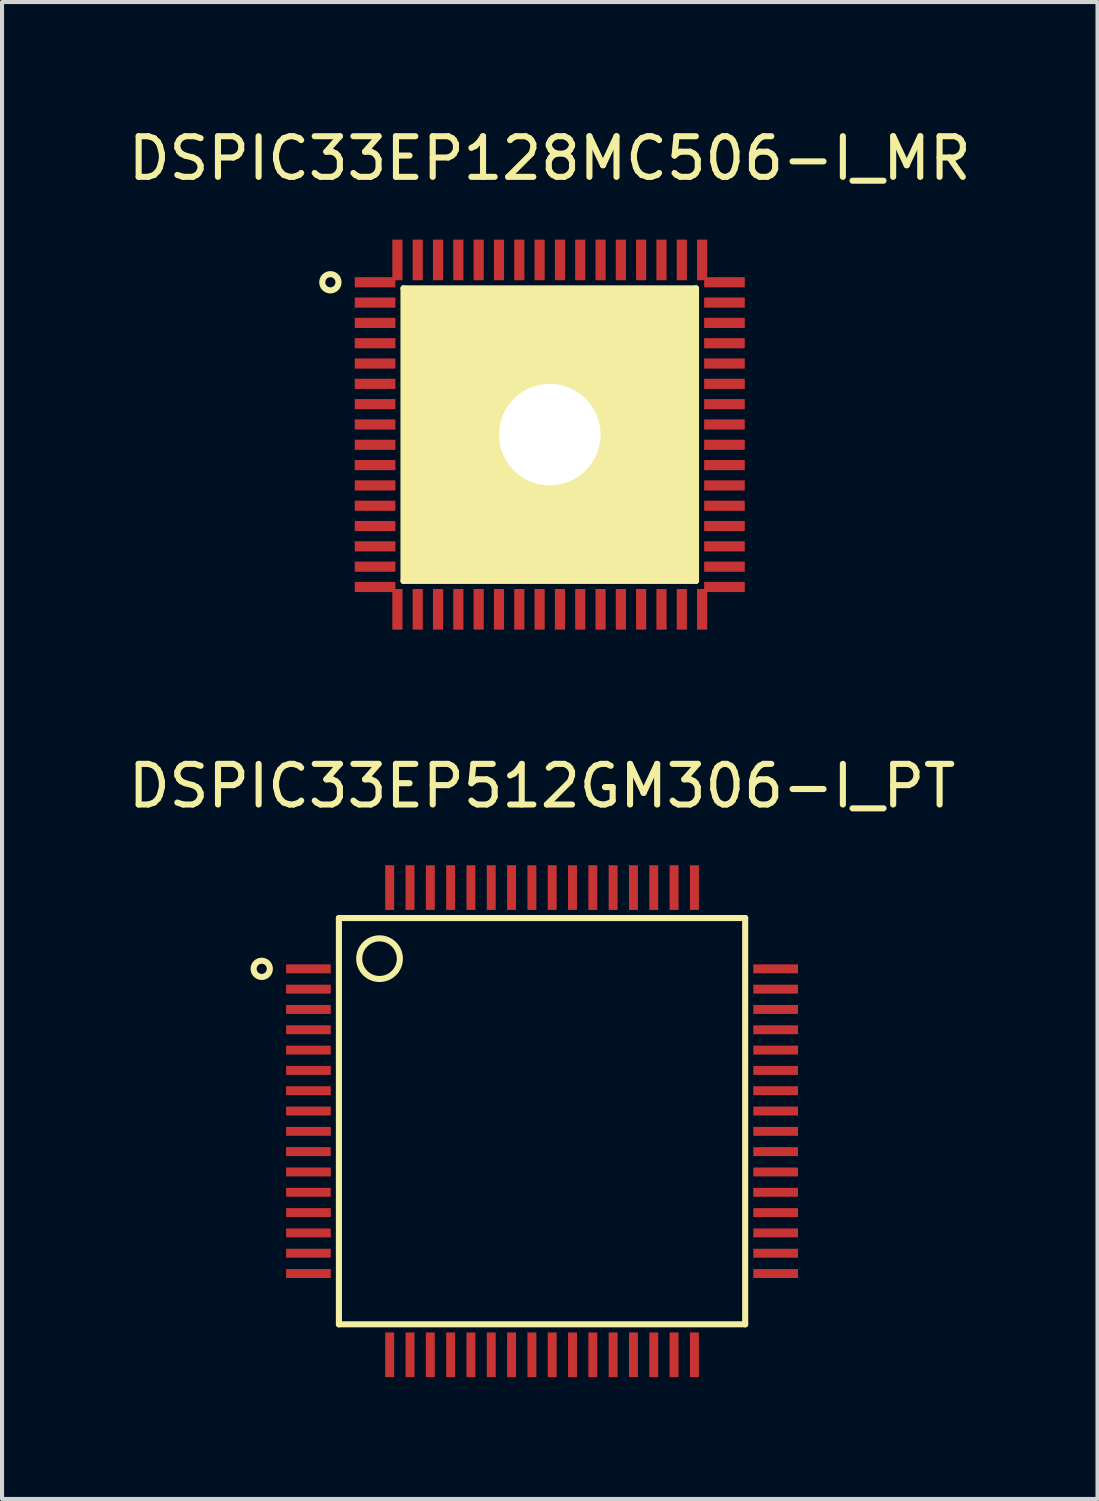
<source format=kicad_pcb>
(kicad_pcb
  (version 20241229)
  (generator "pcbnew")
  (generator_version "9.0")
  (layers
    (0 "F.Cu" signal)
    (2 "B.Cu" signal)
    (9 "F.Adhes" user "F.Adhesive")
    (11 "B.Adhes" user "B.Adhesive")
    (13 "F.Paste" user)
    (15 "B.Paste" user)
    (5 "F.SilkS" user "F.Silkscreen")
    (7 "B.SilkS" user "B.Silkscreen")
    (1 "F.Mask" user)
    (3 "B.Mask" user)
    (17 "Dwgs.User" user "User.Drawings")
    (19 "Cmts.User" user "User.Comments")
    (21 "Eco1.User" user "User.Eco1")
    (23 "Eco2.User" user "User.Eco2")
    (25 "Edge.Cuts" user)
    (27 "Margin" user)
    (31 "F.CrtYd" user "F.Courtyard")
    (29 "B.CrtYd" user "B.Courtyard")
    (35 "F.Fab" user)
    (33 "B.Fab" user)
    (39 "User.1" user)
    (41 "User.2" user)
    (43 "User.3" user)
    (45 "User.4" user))
  (footprint "DSPIC33EP128MC506-I_MR"
    (layer "F.Cu")
    (at 6.182 3.348)
    (property "Reference" "DSPIC33EP128MC506-I_MR" (at 4.3 -2.5 0) (layer "F.SilkS") (effects (font (size 1 1) (thickness 0.15))))
    (attr through_hole)
    (fp_line (start 0.7 0.7) (end 0.7 7.9) (stroke (width 0.15) (type solid)) (layer "F.SilkS"))
    (fp_line (start 0.7 0.7) (end 7.9 0.7) (stroke (width 0.15) (type solid)) (layer "F.SilkS"))
    (fp_line (start 0.7 7.9) (end 7.9 7.9) (stroke (width 0.15) (type solid)) (layer "F.SilkS"))
    (fp_line (start 7.9 7.9) (end 7.9 0.7) (stroke (width 0.15) (type solid)) (layer "F.SilkS"))
    (fp_circle (center -1.1 0.55) (end -1.1 0.35) (stroke (width 0.15) (type solid)) (fill no) (layer "F.SilkS"))
    (fp_circle (center 1.7 1.7) (end 1.7 1.2) (stroke (width 0.15) (type solid)) (fill no) (layer "F.SilkS"))
    (pad "1" smd rect (at 0 0.55) (size 1 0.25) (layers "F.Cu" "F.Mask" "F.Paste"))
    (pad "2" smd rect (at 0 1.05) (size 1 0.25) (layers "F.Cu" "F.Mask" "F.Paste"))
    (pad "3" smd rect (at 0 1.55) (size 1 0.25) (layers "F.Cu" "F.Mask" "F.Paste"))
    (pad "4" smd rect (at 0 2.05) (size 1 0.25) (layers "F.Cu" "F.Mask" "F.Paste"))
    (pad "5" smd rect (at 0 2.55) (size 1 0.25) (layers "F.Cu" "F.Mask" "F.Paste"))
    (pad "6" smd rect (at 0 3.05) (size 1 0.25) (layers "F.Cu" "F.Mask" "F.Paste"))
    (pad "7" smd rect (at 0 3.55) (size 1 0.25) (layers "F.Cu" "F.Mask" "F.Paste"))
    (pad "8" smd rect (at 0 4.05) (size 1 0.25) (layers "F.Cu" "F.Mask" "F.Paste"))
    (pad "9" smd rect (at 0 4.55) (size 1 0.25) (layers "F.Cu" "F.Mask" "F.Paste"))
    (pad "10" smd rect (at 0 5.05) (size 1 0.25) (layers "F.Cu" "F.Mask" "F.Paste"))
    (pad "11" smd rect (at 0 5.55) (size 1 0.25) (layers "F.Cu" "F.Mask" "F.Paste"))
    (pad "12" smd rect (at 0 6.05) (size 1 0.25) (layers "F.Cu" "F.Mask" "F.Paste"))
    (pad "13" smd rect (at 0 6.55) (size 1 0.25) (layers "F.Cu" "F.Mask" "F.Paste"))
    (pad "14" smd rect (at 0 7.05) (size 1 0.25) (layers "F.Cu" "F.Mask" "F.Paste"))
    (pad "15" smd rect (at 0 7.55) (size 1 0.25) (layers "F.Cu" "F.Mask" "F.Paste"))
    (pad "16" smd rect (at 0 8.05) (size 1 0.25) (layers "F.Cu" "F.Mask" "F.Paste"))
    (pad "17" smd rect (at 0.55 8.6) (size 0.25 1) (layers "F.Cu" "F.Mask" "F.Paste"))
    (pad "18" smd rect (at 1.05 8.6) (size 0.25 1) (layers "F.Cu" "F.Mask" "F.Paste"))
    (pad "19" smd rect (at 1.55 8.6) (size 0.25 1) (layers "F.Cu" "F.Mask" "F.Paste"))
    (pad "20" smd rect (at 2.05 8.6) (size 0.25 1) (layers "F.Cu" "F.Mask" "F.Paste"))
    (pad "21" smd rect (at 2.55 8.6) (size 0.25 1) (layers "F.Cu" "F.Mask" "F.Paste"))
    (pad "22" smd rect (at 3.05 8.6) (size 0.25 1) (layers "F.Cu" "F.Mask" "F.Paste"))
    (pad "23" smd rect (at 3.55 8.6) (size 0.25 1) (layers "F.Cu" "F.Mask" "F.Paste"))
    (pad "24" smd rect (at 4.05 8.6) (size 0.25 1) (layers "F.Cu" "F.Mask" "F.Paste"))
    (pad "25" smd rect (at 4.55 8.6) (size 0.25 1) (layers "F.Cu" "F.Mask" "F.Paste"))
    (pad "26" smd rect (at 5.05 8.6) (size 0.25 1) (layers "F.Cu" "F.Mask" "F.Paste"))
    (pad "27" smd rect (at 5.55 8.6) (size 0.25 1) (layers "F.Cu" "F.Mask" "F.Paste"))
    (pad "28" smd rect (at 6.05 8.6) (size 0.25 1) (layers "F.Cu" "F.Mask" "F.Paste"))
    (pad "29" smd rect (at 6.55 8.6) (size 0.25 1) (layers "F.Cu" "F.Mask" "F.Paste"))
    (pad "30" smd rect (at 7.05 8.6) (size 0.25 1) (layers "F.Cu" "F.Mask" "F.Paste"))
    (pad "31" smd rect (at 7.55 8.6) (size 0.25 1) (layers "F.Cu" "F.Mask" "F.Paste"))
    (pad "32" smd rect (at 8.05 8.6) (size 0.25 1) (layers "F.Cu" "F.Mask" "F.Paste"))
    (pad "33" smd rect (at 8.6 8.05) (size 1 0.25) (layers "F.Cu" "F.Mask" "F.Paste"))
    (pad "34" smd rect (at 8.6 7.55) (size 1 0.25) (layers "F.Cu" "F.Mask" "F.Paste"))
    (pad "35" smd rect (at 8.6 7.05) (size 1 0.25) (layers "F.Cu" "F.Mask" "F.Paste"))
    (pad "36" smd rect (at 8.6 6.55) (size 1 0.25) (layers "F.Cu" "F.Mask" "F.Paste"))
    (pad "37" smd rect (at 8.6 6.05) (size 1 0.25) (layers "F.Cu" "F.Mask" "F.Paste"))
    (pad "38" smd rect (at 8.6 5.55) (size 1 0.25) (layers "F.Cu" "F.Mask" "F.Paste"))
    (pad "39" smd rect (at 8.6 5.05) (size 1 0.25) (layers "F.Cu" "F.Mask" "F.Paste"))
    (pad "40" smd rect (at 8.6 4.55) (size 1 0.25) (layers "F.Cu" "F.Mask" "F.Paste"))
    (pad "41" smd rect (at 8.6 4.05) (size 1 0.25) (layers "F.Cu" "F.Mask" "F.Paste"))
    (pad "42" smd rect (at 8.6 3.55) (size 1 0.25) (layers "F.Cu" "F.Mask" "F.Paste"))
    (pad "43" smd rect (at 8.6 3.05) (size 1 0.25) (layers "F.Cu" "F.Mask" "F.Paste"))
    (pad "44" smd rect (at 8.6 2.55) (size 1 0.25) (layers "F.Cu" "F.Mask" "F.Paste"))
    (pad "45" smd rect (at 8.6 2.05) (size 1 0.25) (layers "F.Cu" "F.Mask" "F.Paste"))
    (pad "46" smd rect (at 8.6 1.55) (size 1 0.25) (layers "F.Cu" "F.Mask" "F.Paste"))
    (pad "47" smd rect (at 8.6 1.05) (size 1 0.25) (layers "F.Cu" "F.Mask" "F.Paste"))
    (pad "48" smd rect (at 8.6 0.55) (size 1 0.25) (layers "F.Cu" "F.Mask" "F.Paste"))
    (pad "49" smd rect (at 8.05 0) (size 0.25 1) (layers "F.Cu" "F.Mask" "F.Paste"))
    (pad "50" smd rect (at 7.55 0) (size 0.25 1) (layers "F.Cu" "F.Mask" "F.Paste"))
    (pad "51" smd rect (at 7.05 0) (size 0.25 1) (layers "F.Cu" "F.Mask" "F.Paste"))
    (pad "52" smd rect (at 6.55 0) (size 0.25 1) (layers "F.Cu" "F.Mask" "F.Paste"))
    (pad "53" smd rect (at 6.05 0) (size 0.25 1) (layers "F.Cu" "F.Mask" "F.Paste"))
    (pad "54" smd rect (at 5.55 0) (size 0.25 1) (layers "F.Cu" "F.Mask" "F.Paste"))
    (pad "55" smd rect (at 5.05 0) (size 0.25 1) (layers "F.Cu" "F.Mask" "F.Paste"))
    (pad "56" smd rect (at 4.55 0) (size 0.25 1) (layers "F.Cu" "F.Mask" "F.Paste"))
    (pad "57" smd rect (at 4.05 0) (size 0.25 1) (layers "F.Cu" "F.Mask" "F.Paste"))
    (pad "58" smd rect (at 3.55 0) (size 0.25 1) (layers "F.Cu" "F.Mask" "F.Paste"))
    (pad "59" smd rect (at 3.05 0) (size 0.25 1) (layers "F.Cu" "F.Mask" "F.Paste"))
    (pad "60" smd rect (at 2.55 0) (size 0.25 1) (layers "F.Cu" "F.Mask" "F.Paste"))
    (pad "61" smd rect (at 2.05 0) (size 0.25 1) (layers "F.Cu" "F.Mask" "F.Paste"))
    (pad "62" smd rect (at 1.55 0) (size 0.25 1) (layers "F.Cu" "F.Mask" "F.Paste"))
    (pad "63" smd rect (at 1.05 0) (size 0.25 1) (layers "F.Cu" "F.Mask" "F.Paste"))
    (pad "64" smd rect (at 0.55 0) (size 0.25 1) (layers "F.Cu" "F.Mask" "F.Paste"))
    (pad "999" thru_hole rect (at 4.3 4.3) (size 7.15 7.15) (drill 2.5) (layers "*.Cu" "*.Mask" "F.SilkS")))
  (footprint "DSPIC33EP512GM306-I_PT"
    (layer "F.Cu")
    (at 4.542 18.797)
    (property "Reference" "DSPIC33EP512GM306-I_PT" (at 5.75 -2.5 0) (layer "F.SilkS") (effects (font (size 1 1) (thickness 0.15))))
    (attr through_hole)
    (fp_line (start 0.75 0.75) (end 0.75 10.75) (stroke (width 0.15) (type solid)) (layer "F.SilkS"))
    (fp_line (start 0.75 0.75) (end 10.75 0.75) (stroke (width 0.15) (type solid)) (layer "F.SilkS"))
    (fp_line (start 0.75 10.75) (end 10.75 10.75) (stroke (width 0.15) (type solid)) (layer "F.SilkS"))
    (fp_line (start 10.75 10.75) (end 10.75 0.75) (stroke (width 0.15) (type solid)) (layer "F.SilkS"))
    (fp_circle (center -1.15 2) (end -1.15 1.8) (stroke (width 0.15) (type solid)) (fill no) (layer "F.SilkS"))
    (fp_circle (center 1.75 1.75) (end 1.75 1.25) (stroke (width 0.15) (type solid)) (fill no) (layer "F.SilkS"))
    (pad "1" smd rect (at 0 2) (size 1.1 0.22) (layers "F.Cu" "F.Mask" "F.Paste"))
    (pad "2" smd rect (at 0 2.5) (size 1.1 0.22) (layers "F.Cu" "F.Mask" "F.Paste"))
    (pad "3" smd rect (at 0 3) (size 1.1 0.22) (layers "F.Cu" "F.Mask" "F.Paste"))
    (pad "4" smd rect (at 0 3.5) (size 1.1 0.22) (layers "F.Cu" "F.Mask" "F.Paste"))
    (pad "5" smd rect (at 0 4) (size 1.1 0.22) (layers "F.Cu" "F.Mask" "F.Paste"))
    (pad "6" smd rect (at 0 4.5) (size 1.1 0.22) (layers "F.Cu" "F.Mask" "F.Paste"))
    (pad "7" smd rect (at 0 5) (size 1.1 0.22) (layers "F.Cu" "F.Mask" "F.Paste"))
    (pad "8" smd rect (at 0 5.5) (size 1.1 0.22) (layers "F.Cu" "F.Mask" "F.Paste"))
    (pad "9" smd rect (at 0 6) (size 1.1 0.22) (layers "F.Cu" "F.Mask" "F.Paste"))
    (pad "10" smd rect (at 0 6.5) (size 1.1 0.22) (layers "F.Cu" "F.Mask" "F.Paste"))
    (pad "11" smd rect (at 0 7) (size 1.1 0.22) (layers "F.Cu" "F.Mask" "F.Paste"))
    (pad "12" smd rect (at 0 7.5) (size 1.1 0.22) (layers "F.Cu" "F.Mask" "F.Paste"))
    (pad "13" smd rect (at 0 8) (size 1.1 0.22) (layers "F.Cu" "F.Mask" "F.Paste"))
    (pad "14" smd rect (at 0 8.5) (size 1.1 0.22) (layers "F.Cu" "F.Mask" "F.Paste"))
    (pad "15" smd rect (at 0 9) (size 1.1 0.22) (layers "F.Cu" "F.Mask" "F.Paste"))
    (pad "16" smd rect (at 0 9.5) (size 1.1 0.22) (layers "F.Cu" "F.Mask" "F.Paste"))
    (pad "17" smd rect (at 2 11.5) (size 0.22 1.1) (layers "F.Cu" "F.Mask" "F.Paste"))
    (pad "18" smd rect (at 2.5 11.5) (size 0.22 1.1) (layers "F.Cu" "F.Mask" "F.Paste"))
    (pad "19" smd rect (at 3 11.5) (size 0.22 1.1) (layers "F.Cu" "F.Mask" "F.Paste"))
    (pad "20" smd rect (at 3.5 11.5) (size 0.22 1.1) (layers "F.Cu" "F.Mask" "F.Paste"))
    (pad "21" smd rect (at 4 11.5) (size 0.22 1.1) (layers "F.Cu" "F.Mask" "F.Paste"))
    (pad "22" smd rect (at 4.5 11.5) (size 0.22 1.1) (layers "F.Cu" "F.Mask" "F.Paste"))
    (pad "23" smd rect (at 5 11.5) (size 0.22 1.1) (layers "F.Cu" "F.Mask" "F.Paste"))
    (pad "24" smd rect (at 5.5 11.5) (size 0.22 1.1) (layers "F.Cu" "F.Mask" "F.Paste"))
    (pad "25" smd rect (at 6 11.5) (size 0.22 1.1) (layers "F.Cu" "F.Mask" "F.Paste"))
    (pad "26" smd rect (at 6.5 11.5) (size 0.22 1.1) (layers "F.Cu" "F.Mask" "F.Paste"))
    (pad "27" smd rect (at 7 11.5) (size 0.22 1.1) (layers "F.Cu" "F.Mask" "F.Paste"))
    (pad "28" smd rect (at 7.5 11.5) (size 0.22 1.1) (layers "F.Cu" "F.Mask" "F.Paste"))
    (pad "29" smd rect (at 8 11.5) (size 0.22 1.1) (layers "F.Cu" "F.Mask" "F.Paste"))
    (pad "30" smd rect (at 8.5 11.5) (size 0.22 1.1) (layers "F.Cu" "F.Mask" "F.Paste"))
    (pad "31" smd rect (at 9 11.5) (size 0.22 1.1) (layers "F.Cu" "F.Mask" "F.Paste"))
    (pad "32" smd rect (at 9.5 11.5) (size 0.22 1.1) (layers "F.Cu" "F.Mask" "F.Paste"))
    (pad "33" smd rect (at 11.5 9.5) (size 1.1 0.22) (layers "F.Cu" "F.Mask" "F.Paste"))
    (pad "34" smd rect (at 11.5 9) (size 1.1 0.22) (layers "F.Cu" "F.Mask" "F.Paste"))
    (pad "35" smd rect (at 11.5 8.5) (size 1.1 0.22) (layers "F.Cu" "F.Mask" "F.Paste"))
    (pad "36" smd rect (at 11.5 8) (size 1.1 0.22) (layers "F.Cu" "F.Mask" "F.Paste"))
    (pad "37" smd rect (at 11.5 7.5) (size 1.1 0.22) (layers "F.Cu" "F.Mask" "F.Paste"))
    (pad "38" smd rect (at 11.5 7) (size 1.1 0.22) (layers "F.Cu" "F.Mask" "F.Paste"))
    (pad "39" smd rect (at 11.5 6.5) (size 1.1 0.22) (layers "F.Cu" "F.Mask" "F.Paste"))
    (pad "40" smd rect (at 11.5 6) (size 1.1 0.22) (layers "F.Cu" "F.Mask" "F.Paste"))
    (pad "41" smd rect (at 11.5 5.5) (size 1.1 0.22) (layers "F.Cu" "F.Mask" "F.Paste"))
    (pad "42" smd rect (at 11.5 5) (size 1.1 0.22) (layers "F.Cu" "F.Mask" "F.Paste"))
    (pad "43" smd rect (at 11.5 4.5) (size 1.1 0.22) (layers "F.Cu" "F.Mask" "F.Paste"))
    (pad "44" smd rect (at 11.5 4) (size 1.1 0.22) (layers "F.Cu" "F.Mask" "F.Paste"))
    (pad "45" smd rect (at 11.5 3.5) (size 1.1 0.22) (layers "F.Cu" "F.Mask" "F.Paste"))
    (pad "46" smd rect (at 11.5 3) (size 1.1 0.22) (layers "F.Cu" "F.Mask" "F.Paste"))
    (pad "47" smd rect (at 11.5 2.5) (size 1.1 0.22) (layers "F.Cu" "F.Mask" "F.Paste"))
    (pad "48" smd rect (at 11.5 2) (size 1.1 0.22) (layers "F.Cu" "F.Mask" "F.Paste"))
    (pad "49" smd rect (at 9.5 0) (size 0.22 1.1) (layers "F.Cu" "F.Mask" "F.Paste"))
    (pad "50" smd rect (at 9 0) (size 0.22 1.1) (layers "F.Cu" "F.Mask" "F.Paste"))
    (pad "51" smd rect (at 8.5 0) (size 0.22 1.1) (layers "F.Cu" "F.Mask" "F.Paste"))
    (pad "52" smd rect (at 8 0) (size 0.22 1.1) (layers "F.Cu" "F.Mask" "F.Paste"))
    (pad "53" smd rect (at 7.5 0) (size 0.22 1.1) (layers "F.Cu" "F.Mask" "F.Paste"))
    (pad "54" smd rect (at 7 0) (size 0.22 1.1) (layers "F.Cu" "F.Mask" "F.Paste"))
    (pad "55" smd rect (at 6.5 0) (size 0.22 1.1) (layers "F.Cu" "F.Mask" "F.Paste"))
    (pad "56" smd rect (at 6 0) (size 0.22 1.1) (layers "F.Cu" "F.Mask" "F.Paste"))
    (pad "57" smd rect (at 5.5 0) (size 0.22 1.1) (layers "F.Cu" "F.Mask" "F.Paste"))
    (pad "58" smd rect (at 5 0) (size 0.22 1.1) (layers "F.Cu" "F.Mask" "F.Paste"))
    (pad "59" smd rect (at 4.5 0) (size 0.22 1.1) (layers "F.Cu" "F.Mask" "F.Paste"))
    (pad "60" smd rect (at 4 0) (size 0.22 1.1) (layers "F.Cu" "F.Mask" "F.Paste"))
    (pad "61" smd rect (at 3.5 0) (size 0.22 1.1) (layers "F.Cu" "F.Mask" "F.Paste"))
    (pad "62" smd rect (at 3 0) (size 0.22 1.1) (layers "F.Cu" "F.Mask" "F.Paste"))
    (pad "63" smd rect (at 2.5 0) (size 0.22 1.1) (layers "F.Cu" "F.Mask" "F.Paste"))
    (pad "64" smd rect (at 2 0) (size 0.22 1.1) (layers "F.Cu" "F.Mask" "F.Paste")))
  (gr_rect
    (start -3 -3)
    (end 23.964 33.846)
    (stroke (width 0.1) (type default))
    (fill no)
    (layer "Edge.Cuts")))
</source>
